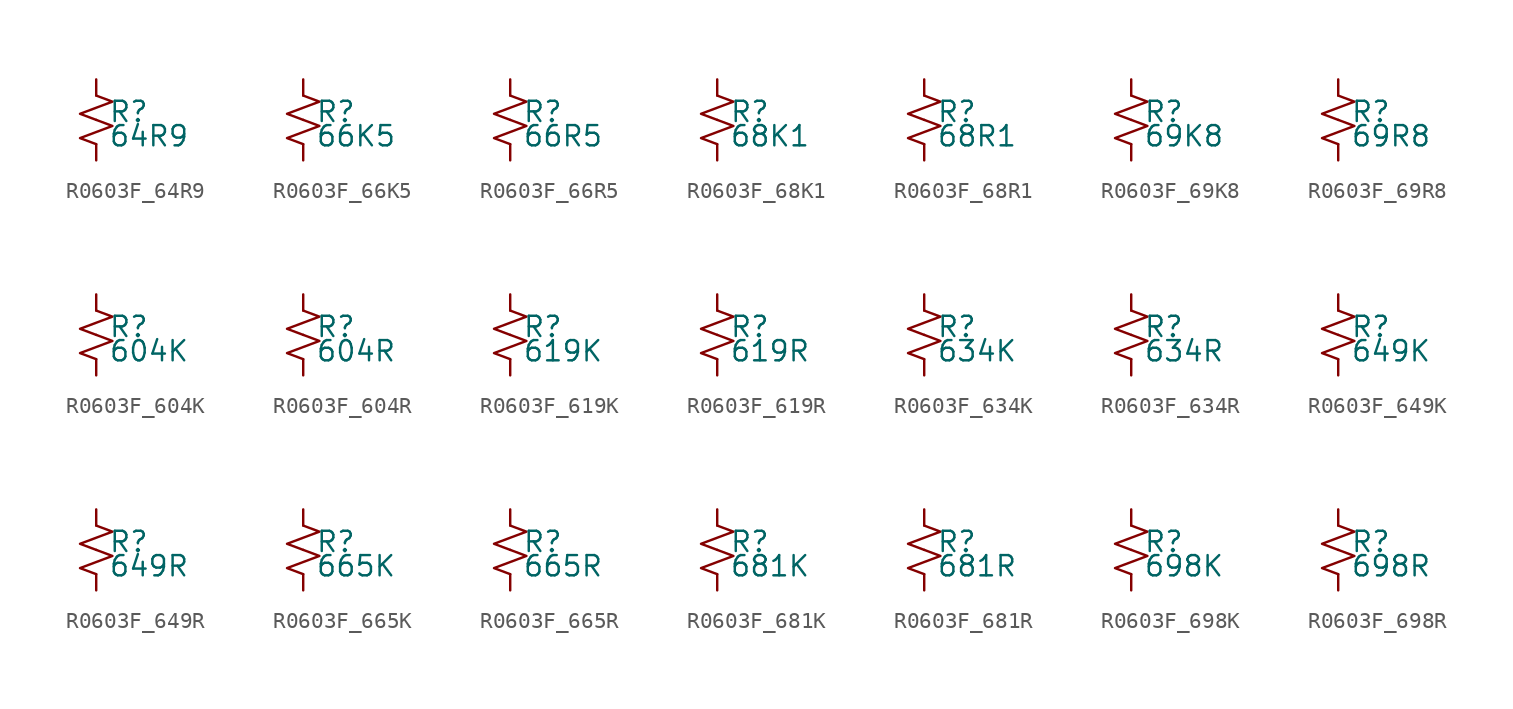
<source format=kicad_sym>
(kicad_symbol_lib
  (version 20220914)
  (generator kicad_symbol_editor)
  (symbol "R0603F_64R9"
    (pin_numbers hide)
    (pin_names
      (offset 0.254) hide)
    (property "Reference" "R"
      (at 0.762 0.508 0)
      (effects (font (size 1.27 1.27)) (justify left)))
    (property "Value" "64R9"
      (at 0.762 -1.016 0)
      (effects (font (size 1.27 1.27)) (justify left)))
    (symbol "R0603F_64R9_1_1"
      (polyline (pts (xy 0 0) (xy 1.016 -0.381) (xy 0 -0.762) (xy -1.016 -1.143) (xy 0 -1.524)) (stroke (width 0) (type default)) (fill (type none)))
      (polyline (pts (xy 0 1.524) (xy 1.016 1.143) (xy 0 0.762) (xy -1.016 0.381) (xy 0 0)) (stroke (width 0) (type default)) (fill (type none)))
      (pin passive line (at 0 2.54 270) (length 1.016) (name "~" (effects (font (size 1.27 1.27)))) (number "1" (effects (font (size 1.27 1.27)))))
      (pin passive line (at 0 -2.54 90) (length 1.016) (name "~" (effects (font (size 1.27 1.27)))) (number "2" (effects (font (size 1.27 1.27)))))))
  (symbol "R0603F_66K5"
    (pin_numbers hide)
    (pin_names
      (offset 0.254) hide)
    (property "Reference" "R"
      (at 0.762 0.508 0)
      (effects (font (size 1.27 1.27)) (justify left)))
    (property "Value" "66K5"
      (at 0.762 -1.016 0)
      (effects (font (size 1.27 1.27)) (justify left)))
    (symbol "R0603F_66K5_1_1"
      (polyline (pts (xy 0 0) (xy 1.016 -0.381) (xy 0 -0.762) (xy -1.016 -1.143) (xy 0 -1.524)) (stroke (width 0) (type default)) (fill (type none)))
      (polyline (pts (xy 0 1.524) (xy 1.016 1.143) (xy 0 0.762) (xy -1.016 0.381) (xy 0 0)) (stroke (width 0) (type default)) (fill (type none)))
      (pin passive line (at 0 2.54 270) (length 1.016) (name "~" (effects (font (size 1.27 1.27)))) (number "1" (effects (font (size 1.27 1.27)))))
      (pin passive line (at 0 -2.54 90) (length 1.016) (name "~" (effects (font (size 1.27 1.27)))) (number "2" (effects (font (size 1.27 1.27)))))))
  (symbol "R0603F_66R5"
    (pin_numbers hide)
    (pin_names
      (offset 0.254) hide)
    (property "Reference" "R"
      (at 0.762 0.508 0)
      (effects (font (size 1.27 1.27)) (justify left)))
    (property "Value" "66R5"
      (at 0.762 -1.016 0)
      (effects (font (size 1.27 1.27)) (justify left)))
    (symbol "R0603F_66R5_1_1"
      (polyline (pts (xy 0 0) (xy 1.016 -0.381) (xy 0 -0.762) (xy -1.016 -1.143) (xy 0 -1.524)) (stroke (width 0) (type default)) (fill (type none)))
      (polyline (pts (xy 0 1.524) (xy 1.016 1.143) (xy 0 0.762) (xy -1.016 0.381) (xy 0 0)) (stroke (width 0) (type default)) (fill (type none)))
      (pin passive line (at 0 2.54 270) (length 1.016) (name "~" (effects (font (size 1.27 1.27)))) (number "1" (effects (font (size 1.27 1.27)))))
      (pin passive line (at 0 -2.54 90) (length 1.016) (name "~" (effects (font (size 1.27 1.27)))) (number "2" (effects (font (size 1.27 1.27)))))))
  (symbol "R0603F_68K1"
    (pin_numbers hide)
    (pin_names
      (offset 0.254) hide)
    (property "Reference" "R"
      (at 0.762 0.508 0)
      (effects (font (size 1.27 1.27)) (justify left)))
    (property "Value" "68K1"
      (at 0.762 -1.016 0)
      (effects (font (size 1.27 1.27)) (justify left)))
    (symbol "R0603F_68K1_1_1"
      (polyline (pts (xy 0 0) (xy 1.016 -0.381) (xy 0 -0.762) (xy -1.016 -1.143) (xy 0 -1.524)) (stroke (width 0) (type default)) (fill (type none)))
      (polyline (pts (xy 0 1.524) (xy 1.016 1.143) (xy 0 0.762) (xy -1.016 0.381) (xy 0 0)) (stroke (width 0) (type default)) (fill (type none)))
      (pin passive line (at 0 2.54 270) (length 1.016) (name "~" (effects (font (size 1.27 1.27)))) (number "1" (effects (font (size 1.27 1.27)))))
      (pin passive line (at 0 -2.54 90) (length 1.016) (name "~" (effects (font (size 1.27 1.27)))) (number "2" (effects (font (size 1.27 1.27)))))))
  (symbol "R0603F_68R1"
    (pin_numbers hide)
    (pin_names
      (offset 0.254) hide)
    (property "Reference" "R"
      (at 0.762 0.508 0)
      (effects (font (size 1.27 1.27)) (justify left)))
    (property "Value" "68R1"
      (at 0.762 -1.016 0)
      (effects (font (size 1.27 1.27)) (justify left)))
    (symbol "R0603F_68R1_1_1"
      (polyline (pts (xy 0 0) (xy 1.016 -0.381) (xy 0 -0.762) (xy -1.016 -1.143) (xy 0 -1.524)) (stroke (width 0) (type default)) (fill (type none)))
      (polyline (pts (xy 0 1.524) (xy 1.016 1.143) (xy 0 0.762) (xy -1.016 0.381) (xy 0 0)) (stroke (width 0) (type default)) (fill (type none)))
      (pin passive line (at 0 2.54 270) (length 1.016) (name "~" (effects (font (size 1.27 1.27)))) (number "1" (effects (font (size 1.27 1.27)))))
      (pin passive line (at 0 -2.54 90) (length 1.016) (name "~" (effects (font (size 1.27 1.27)))) (number "2" (effects (font (size 1.27 1.27)))))))
  (symbol "R0603F_69K8"
    (pin_numbers hide)
    (pin_names
      (offset 0.254) hide)
    (property "Reference" "R"
      (at 0.762 0.508 0)
      (effects (font (size 1.27 1.27)) (justify left)))
    (property "Value" "69K8"
      (at 0.762 -1.016 0)
      (effects (font (size 1.27 1.27)) (justify left)))
    (symbol "R0603F_69K8_1_1"
      (polyline (pts (xy 0 0) (xy 1.016 -0.381) (xy 0 -0.762) (xy -1.016 -1.143) (xy 0 -1.524)) (stroke (width 0) (type default)) (fill (type none)))
      (polyline (pts (xy 0 1.524) (xy 1.016 1.143) (xy 0 0.762) (xy -1.016 0.381) (xy 0 0)) (stroke (width 0) (type default)) (fill (type none)))
      (pin passive line (at 0 2.54 270) (length 1.016) (name "~" (effects (font (size 1.27 1.27)))) (number "1" (effects (font (size 1.27 1.27)))))
      (pin passive line (at 0 -2.54 90) (length 1.016) (name "~" (effects (font (size 1.27 1.27)))) (number "2" (effects (font (size 1.27 1.27)))))))
  (symbol "R0603F_69R8"
    (pin_numbers hide)
    (pin_names
      (offset 0.254) hide)
    (property "Reference" "R"
      (at 0.762 0.508 0)
      (effects (font (size 1.27 1.27)) (justify left)))
    (property "Value" "69R8"
      (at 0.762 -1.016 0)
      (effects (font (size 1.27 1.27)) (justify left)))
    (symbol "R0603F_69R8_1_1"
      (polyline (pts (xy 0 0) (xy 1.016 -0.381) (xy 0 -0.762) (xy -1.016 -1.143) (xy 0 -1.524)) (stroke (width 0) (type default)) (fill (type none)))
      (polyline (pts (xy 0 1.524) (xy 1.016 1.143) (xy 0 0.762) (xy -1.016 0.381) (xy 0 0)) (stroke (width 0) (type default)) (fill (type none)))
      (pin passive line (at 0 2.54 270) (length 1.016) (name "~" (effects (font (size 1.27 1.27)))) (number "1" (effects (font (size 1.27 1.27)))))
      (pin passive line (at 0 -2.54 90) (length 1.016) (name "~" (effects (font (size 1.27 1.27)))) (number "2" (effects (font (size 1.27 1.27)))))))
  (symbol "R0603F_604K"
    (pin_numbers hide)
    (pin_names
      (offset 0.254) hide)
    (property "Reference" "R"
      (at 0.762 0.508 0)
      (effects (font (size 1.27 1.27)) (justify left)))
    (property "Value" "604K"
      (at 0.762 -1.016 0)
      (effects (font (size 1.27 1.27)) (justify left)))
    (symbol "R0603F_604K_1_1"
      (polyline (pts (xy 0 0) (xy 1.016 -0.381) (xy 0 -0.762) (xy -1.016 -1.143) (xy 0 -1.524)) (stroke (width 0) (type default)) (fill (type none)))
      (polyline (pts (xy 0 1.524) (xy 1.016 1.143) (xy 0 0.762) (xy -1.016 0.381) (xy 0 0)) (stroke (width 0) (type default)) (fill (type none)))
      (pin passive line (at 0 2.54 270) (length 1.016) (name "~" (effects (font (size 1.27 1.27)))) (number "1" (effects (font (size 1.27 1.27)))))
      (pin passive line (at 0 -2.54 90) (length 1.016) (name "~" (effects (font (size 1.27 1.27)))) (number "2" (effects (font (size 1.27 1.27)))))))
  (symbol "R0603F_604R"
    (pin_numbers hide)
    (pin_names
      (offset 0.254) hide)
    (property "Reference" "R"
      (at 0.762 0.508 0)
      (effects (font (size 1.27 1.27)) (justify left)))
    (property "Value" "604R"
      (at 0.762 -1.016 0)
      (effects (font (size 1.27 1.27)) (justify left)))
    (symbol "R0603F_604R_1_1"
      (polyline (pts (xy 0 0) (xy 1.016 -0.381) (xy 0 -0.762) (xy -1.016 -1.143) (xy 0 -1.524)) (stroke (width 0) (type default)) (fill (type none)))
      (polyline (pts (xy 0 1.524) (xy 1.016 1.143) (xy 0 0.762) (xy -1.016 0.381) (xy 0 0)) (stroke (width 0) (type default)) (fill (type none)))
      (pin passive line (at 0 2.54 270) (length 1.016) (name "~" (effects (font (size 1.27 1.27)))) (number "1" (effects (font (size 1.27 1.27)))))
      (pin passive line (at 0 -2.54 90) (length 1.016) (name "~" (effects (font (size 1.27 1.27)))) (number "2" (effects (font (size 1.27 1.27)))))))
  (symbol "R0603F_619K"
    (pin_numbers hide)
    (pin_names
      (offset 0.254) hide)
    (property "Reference" "R"
      (at 0.762 0.508 0)
      (effects (font (size 1.27 1.27)) (justify left)))
    (property "Value" "619K"
      (at 0.762 -1.016 0)
      (effects (font (size 1.27 1.27)) (justify left)))
    (symbol "R0603F_619K_1_1"
      (polyline (pts (xy 0 0) (xy 1.016 -0.381) (xy 0 -0.762) (xy -1.016 -1.143) (xy 0 -1.524)) (stroke (width 0) (type default)) (fill (type none)))
      (polyline (pts (xy 0 1.524) (xy 1.016 1.143) (xy 0 0.762) (xy -1.016 0.381) (xy 0 0)) (stroke (width 0) (type default)) (fill (type none)))
      (pin passive line (at 0 2.54 270) (length 1.016) (name "~" (effects (font (size 1.27 1.27)))) (number "1" (effects (font (size 1.27 1.27)))))
      (pin passive line (at 0 -2.54 90) (length 1.016) (name "~" (effects (font (size 1.27 1.27)))) (number "2" (effects (font (size 1.27 1.27)))))))
  (symbol "R0603F_619R"
    (pin_numbers hide)
    (pin_names
      (offset 0.254) hide)
    (property "Reference" "R"
      (at 0.762 0.508 0)
      (effects (font (size 1.27 1.27)) (justify left)))
    (property "Value" "619R"
      (at 0.762 -1.016 0)
      (effects (font (size 1.27 1.27)) (justify left)))
    (symbol "R0603F_619R_1_1"
      (polyline (pts (xy 0 0) (xy 1.016 -0.381) (xy 0 -0.762) (xy -1.016 -1.143) (xy 0 -1.524)) (stroke (width 0) (type default)) (fill (type none)))
      (polyline (pts (xy 0 1.524) (xy 1.016 1.143) (xy 0 0.762) (xy -1.016 0.381) (xy 0 0)) (stroke (width 0) (type default)) (fill (type none)))
      (pin passive line (at 0 2.54 270) (length 1.016) (name "~" (effects (font (size 1.27 1.27)))) (number "1" (effects (font (size 1.27 1.27)))))
      (pin passive line (at 0 -2.54 90) (length 1.016) (name "~" (effects (font (size 1.27 1.27)))) (number "2" (effects (font (size 1.27 1.27)))))))
  (symbol "R0603F_634K"
    (pin_numbers hide)
    (pin_names
      (offset 0.254) hide)
    (property "Reference" "R"
      (at 0.762 0.508 0)
      (effects (font (size 1.27 1.27)) (justify left)))
    (property "Value" "634K"
      (at 0.762 -1.016 0)
      (effects (font (size 1.27 1.27)) (justify left)))
    (symbol "R0603F_634K_1_1"
      (polyline (pts (xy 0 0) (xy 1.016 -0.381) (xy 0 -0.762) (xy -1.016 -1.143) (xy 0 -1.524)) (stroke (width 0) (type default)) (fill (type none)))
      (polyline (pts (xy 0 1.524) (xy 1.016 1.143) (xy 0 0.762) (xy -1.016 0.381) (xy 0 0)) (stroke (width 0) (type default)) (fill (type none)))
      (pin passive line (at 0 2.54 270) (length 1.016) (name "~" (effects (font (size 1.27 1.27)))) (number "1" (effects (font (size 1.27 1.27)))))
      (pin passive line (at 0 -2.54 90) (length 1.016) (name "~" (effects (font (size 1.27 1.27)))) (number "2" (effects (font (size 1.27 1.27)))))))
  (symbol "R0603F_634R"
    (pin_numbers hide)
    (pin_names
      (offset 0.254) hide)
    (property "Reference" "R"
      (at 0.762 0.508 0)
      (effects (font (size 1.27 1.27)) (justify left)))
    (property "Value" "634R"
      (at 0.762 -1.016 0)
      (effects (font (size 1.27 1.27)) (justify left)))
    (symbol "R0603F_634R_1_1"
      (polyline (pts (xy 0 0) (xy 1.016 -0.381) (xy 0 -0.762) (xy -1.016 -1.143) (xy 0 -1.524)) (stroke (width 0) (type default)) (fill (type none)))
      (polyline (pts (xy 0 1.524) (xy 1.016 1.143) (xy 0 0.762) (xy -1.016 0.381) (xy 0 0)) (stroke (width 0) (type default)) (fill (type none)))
      (pin passive line (at 0 2.54 270) (length 1.016) (name "~" (effects (font (size 1.27 1.27)))) (number "1" (effects (font (size 1.27 1.27)))))
      (pin passive line (at 0 -2.54 90) (length 1.016) (name "~" (effects (font (size 1.27 1.27)))) (number "2" (effects (font (size 1.27 1.27)))))))
  (symbol "R0603F_649K"
    (pin_numbers hide)
    (pin_names
      (offset 0.254) hide)
    (property "Reference" "R"
      (at 0.762 0.508 0)
      (effects (font (size 1.27 1.27)) (justify left)))
    (property "Value" "649K"
      (at 0.762 -1.016 0)
      (effects (font (size 1.27 1.27)) (justify left)))
    (symbol "R0603F_649K_1_1"
      (polyline (pts (xy 0 0) (xy 1.016 -0.381) (xy 0 -0.762) (xy -1.016 -1.143) (xy 0 -1.524)) (stroke (width 0) (type default)) (fill (type none)))
      (polyline (pts (xy 0 1.524) (xy 1.016 1.143) (xy 0 0.762) (xy -1.016 0.381) (xy 0 0)) (stroke (width 0) (type default)) (fill (type none)))
      (pin passive line (at 0 2.54 270) (length 1.016) (name "~" (effects (font (size 1.27 1.27)))) (number "1" (effects (font (size 1.27 1.27)))))
      (pin passive line (at 0 -2.54 90) (length 1.016) (name "~" (effects (font (size 1.27 1.27)))) (number "2" (effects (font (size 1.27 1.27)))))))
  (symbol "R0603F_649R"
    (pin_numbers hide)
    (pin_names
      (offset 0.254) hide)
    (property "Reference" "R"
      (at 0.762 0.508 0)
      (effects (font (size 1.27 1.27)) (justify left)))
    (property "Value" "649R"
      (at 0.762 -1.016 0)
      (effects (font (size 1.27 1.27)) (justify left)))
    (symbol "R0603F_649R_1_1"
      (polyline (pts (xy 0 0) (xy 1.016 -0.381) (xy 0 -0.762) (xy -1.016 -1.143) (xy 0 -1.524)) (stroke (width 0) (type default)) (fill (type none)))
      (polyline (pts (xy 0 1.524) (xy 1.016 1.143) (xy 0 0.762) (xy -1.016 0.381) (xy 0 0)) (stroke (width 0) (type default)) (fill (type none)))
      (pin passive line (at 0 2.54 270) (length 1.016) (name "~" (effects (font (size 1.27 1.27)))) (number "1" (effects (font (size 1.27 1.27)))))
      (pin passive line (at 0 -2.54 90) (length 1.016) (name "~" (effects (font (size 1.27 1.27)))) (number "2" (effects (font (size 1.27 1.27)))))))
  (symbol "R0603F_665K"
    (pin_numbers hide)
    (pin_names
      (offset 0.254) hide)
    (property "Reference" "R"
      (at 0.762 0.508 0)
      (effects (font (size 1.27 1.27)) (justify left)))
    (property "Value" "665K"
      (at 0.762 -1.016 0)
      (effects (font (size 1.27 1.27)) (justify left)))
    (symbol "R0603F_665K_1_1"
      (polyline (pts (xy 0 0) (xy 1.016 -0.381) (xy 0 -0.762) (xy -1.016 -1.143) (xy 0 -1.524)) (stroke (width 0) (type default)) (fill (type none)))
      (polyline (pts (xy 0 1.524) (xy 1.016 1.143) (xy 0 0.762) (xy -1.016 0.381) (xy 0 0)) (stroke (width 0) (type default)) (fill (type none)))
      (pin passive line (at 0 2.54 270) (length 1.016) (name "~" (effects (font (size 1.27 1.27)))) (number "1" (effects (font (size 1.27 1.27)))))
      (pin passive line (at 0 -2.54 90) (length 1.016) (name "~" (effects (font (size 1.27 1.27)))) (number "2" (effects (font (size 1.27 1.27)))))))
  (symbol "R0603F_665R"
    (pin_numbers hide)
    (pin_names
      (offset 0.254) hide)
    (property "Reference" "R"
      (at 0.762 0.508 0)
      (effects (font (size 1.27 1.27)) (justify left)))
    (property "Value" "665R"
      (at 0.762 -1.016 0)
      (effects (font (size 1.27 1.27)) (justify left)))
    (symbol "R0603F_665R_1_1"
      (polyline (pts (xy 0 0) (xy 1.016 -0.381) (xy 0 -0.762) (xy -1.016 -1.143) (xy 0 -1.524)) (stroke (width 0) (type default)) (fill (type none)))
      (polyline (pts (xy 0 1.524) (xy 1.016 1.143) (xy 0 0.762) (xy -1.016 0.381) (xy 0 0)) (stroke (width 0) (type default)) (fill (type none)))
      (pin passive line (at 0 2.54 270) (length 1.016) (name "~" (effects (font (size 1.27 1.27)))) (number "1" (effects (font (size 1.27 1.27)))))
      (pin passive line (at 0 -2.54 90) (length 1.016) (name "~" (effects (font (size 1.27 1.27)))) (number "2" (effects (font (size 1.27 1.27)))))))
  (symbol "R0603F_681K"
    (pin_numbers hide)
    (pin_names
      (offset 0.254) hide)
    (property "Reference" "R"
      (at 0.762 0.508 0)
      (effects (font (size 1.27 1.27)) (justify left)))
    (property "Value" "681K"
      (at 0.762 -1.016 0)
      (effects (font (size 1.27 1.27)) (justify left)))
    (symbol "R0603F_681K_1_1"
      (polyline (pts (xy 0 0) (xy 1.016 -0.381) (xy 0 -0.762) (xy -1.016 -1.143) (xy 0 -1.524)) (stroke (width 0) (type default)) (fill (type none)))
      (polyline (pts (xy 0 1.524) (xy 1.016 1.143) (xy 0 0.762) (xy -1.016 0.381) (xy 0 0)) (stroke (width 0) (type default)) (fill (type none)))
      (pin passive line (at 0 2.54 270) (length 1.016) (name "~" (effects (font (size 1.27 1.27)))) (number "1" (effects (font (size 1.27 1.27)))))
      (pin passive line (at 0 -2.54 90) (length 1.016) (name "~" (effects (font (size 1.27 1.27)))) (number "2" (effects (font (size 1.27 1.27)))))))
  (symbol "R0603F_681R"
    (pin_numbers hide)
    (pin_names
      (offset 0.254) hide)
    (property "Reference" "R"
      (at 0.762 0.508 0)
      (effects (font (size 1.27 1.27)) (justify left)))
    (property "Value" "681R"
      (at 0.762 -1.016 0)
      (effects (font (size 1.27 1.27)) (justify left)))
    (symbol "R0603F_681R_1_1"
      (polyline (pts (xy 0 0) (xy 1.016 -0.381) (xy 0 -0.762) (xy -1.016 -1.143) (xy 0 -1.524)) (stroke (width 0) (type default)) (fill (type none)))
      (polyline (pts (xy 0 1.524) (xy 1.016 1.143) (xy 0 0.762) (xy -1.016 0.381) (xy 0 0)) (stroke (width 0) (type default)) (fill (type none)))
      (pin passive line (at 0 2.54 270) (length 1.016) (name "~" (effects (font (size 1.27 1.27)))) (number "1" (effects (font (size 1.27 1.27)))))
      (pin passive line (at 0 -2.54 90) (length 1.016) (name "~" (effects (font (size 1.27 1.27)))) (number "2" (effects (font (size 1.27 1.27)))))))
  (symbol "R0603F_698K"
    (pin_numbers hide)
    (pin_names
      (offset 0.254) hide)
    (property "Reference" "R"
      (at 0.762 0.508 0)
      (effects (font (size 1.27 1.27)) (justify left)))
    (property "Value" "698K"
      (at 0.762 -1.016 0)
      (effects (font (size 1.27 1.27)) (justify left)))
    (symbol "R0603F_698K_1_1"
      (polyline (pts (xy 0 0) (xy 1.016 -0.381) (xy 0 -0.762) (xy -1.016 -1.143) (xy 0 -1.524)) (stroke (width 0) (type default)) (fill (type none)))
      (polyline (pts (xy 0 1.524) (xy 1.016 1.143) (xy 0 0.762) (xy -1.016 0.381) (xy 0 0)) (stroke (width 0) (type default)) (fill (type none)))
      (pin passive line (at 0 2.54 270) (length 1.016) (name "~" (effects (font (size 1.27 1.27)))) (number "1" (effects (font (size 1.27 1.27)))))
      (pin passive line (at 0 -2.54 90) (length 1.016) (name "~" (effects (font (size 1.27 1.27)))) (number "2" (effects (font (size 1.27 1.27)))))))
  (symbol "R0603F_698R"
    (pin_numbers hide)
    (pin_names
      (offset 0.254) hide)
    (property "Reference" "R"
      (at 0.762 0.508 0)
      (effects (font (size 1.27 1.27)) (justify left)))
    (property "Value" "698R"
      (at 0.762 -1.016 0)
      (effects (font (size 1.27 1.27)) (justify left)))
    (symbol "R0603F_698R_1_1"
      (polyline (pts (xy 0 0) (xy 1.016 -0.381) (xy 0 -0.762) (xy -1.016 -1.143) (xy 0 -1.524)) (stroke (width 0) (type default)) (fill (type none)))
      (polyline (pts (xy 0 1.524) (xy 1.016 1.143) (xy 0 0.762) (xy -1.016 0.381) (xy 0 0)) (stroke (width 0) (type default)) (fill (type none)))
      (pin passive line (at 0 2.54 270) (length 1.016) (name "~" (effects (font (size 1.27 1.27)))) (number "1" (effects (font (size 1.27 1.27)))))
      (pin passive line (at 0 -2.54 90) (length 1.016) (name "~" (effects (font (size 1.27 1.27)))) (number "2" (effects (font (size 1.27 1.27))))))))
</source>
